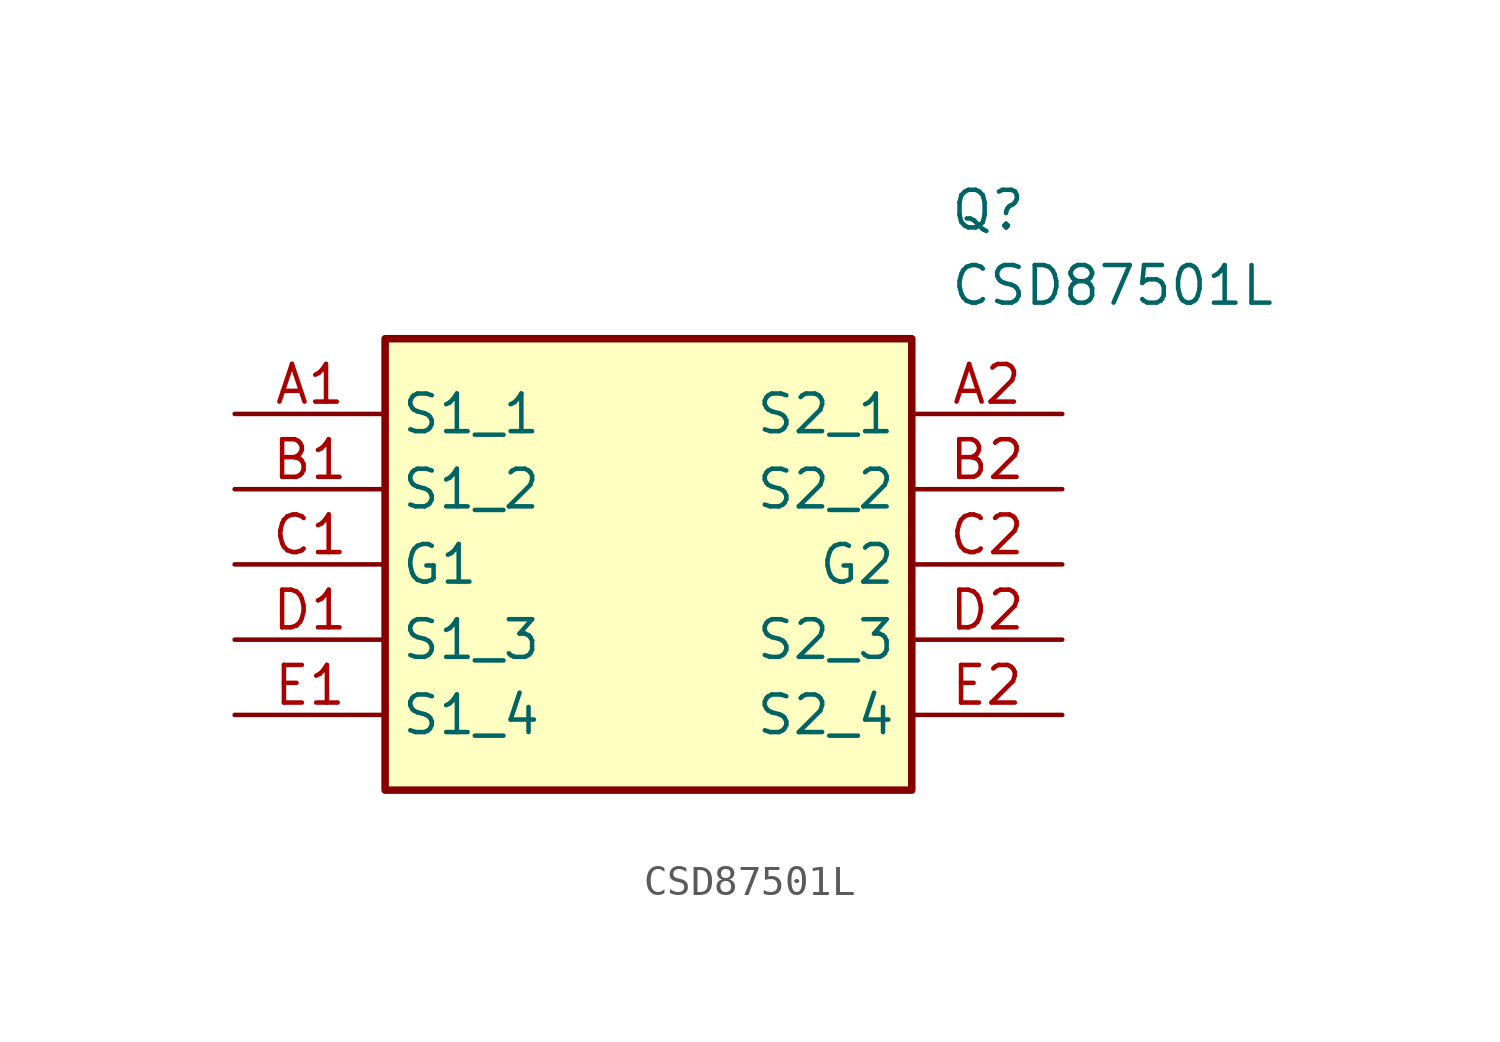
<source format=kicad_sym>
(kicad_symbol_lib
  (version 20211014)
  (generator SamacSys_ECAD_Model)
  (symbol "CSD87501L"
    (property "Reference" "Q"
      (at 24.13 7.62 0)
      (effects (font (size 1.27 1.27)) (justify left top)))
    (property "Value" "CSD87501L"
      (at 24.13 5.08 0)
      (effects (font (size 1.27 1.27)) (justify left top)))
    (rectangle
      (start 5.08 2.54)
      (end 22.86 -12.7)
      (stroke (width 0.254) (type default))
      (fill (type background)))
    (pin passive line
      (at 0 0 0)
      (length 5.08)
      (name "S1_1" (effects (font (size 1.27 1.27))))
      (number "A1" (effects (font (size 1.27 1.27)))))
    (pin passive line
      (at 27.94 0 180)
      (length 5.08)
      (name "S2_1" (effects (font (size 1.27 1.27))))
      (number "A2" (effects (font (size 1.27 1.27)))))
    (pin passive line
      (at 0 -2.54 0)
      (length 5.08)
      (name "S1_2" (effects (font (size 1.27 1.27))))
      (number "B1" (effects (font (size 1.27 1.27)))))
    (pin passive line
      (at 27.94 -2.54 180)
      (length 5.08)
      (name "S2_2" (effects (font (size 1.27 1.27))))
      (number "B2" (effects (font (size 1.27 1.27)))))
    (pin passive line
      (at 0 -5.08 0)
      (length 5.08)
      (name "G1" (effects (font (size 1.27 1.27))))
      (number "C1" (effects (font (size 1.27 1.27)))))
    (pin passive line
      (at 27.94 -5.08 180)
      (length 5.08)
      (name "G2" (effects (font (size 1.27 1.27))))
      (number "C2" (effects (font (size 1.27 1.27)))))
    (pin passive line
      (at 0 -7.62 0)
      (length 5.08)
      (name "S1_3" (effects (font (size 1.27 1.27))))
      (number "D1" (effects (font (size 1.27 1.27)))))
    (pin passive line
      (at 27.94 -7.62 180)
      (length 5.08)
      (name "S2_3" (effects (font (size 1.27 1.27))))
      (number "D2" (effects (font (size 1.27 1.27)))))
    (pin passive line
      (at 0 -10.16 0)
      (length 5.08)
      (name "S1_4" (effects (font (size 1.27 1.27))))
      (number "E1" (effects (font (size 1.27 1.27)))))
    (pin passive line
      (at 27.94 -10.16 180)
      (length 5.08)
      (name "S2_4" (effects (font (size 1.27 1.27))))
      (number "E2" (effects (font (size 1.27 1.27)))))))
</source>
